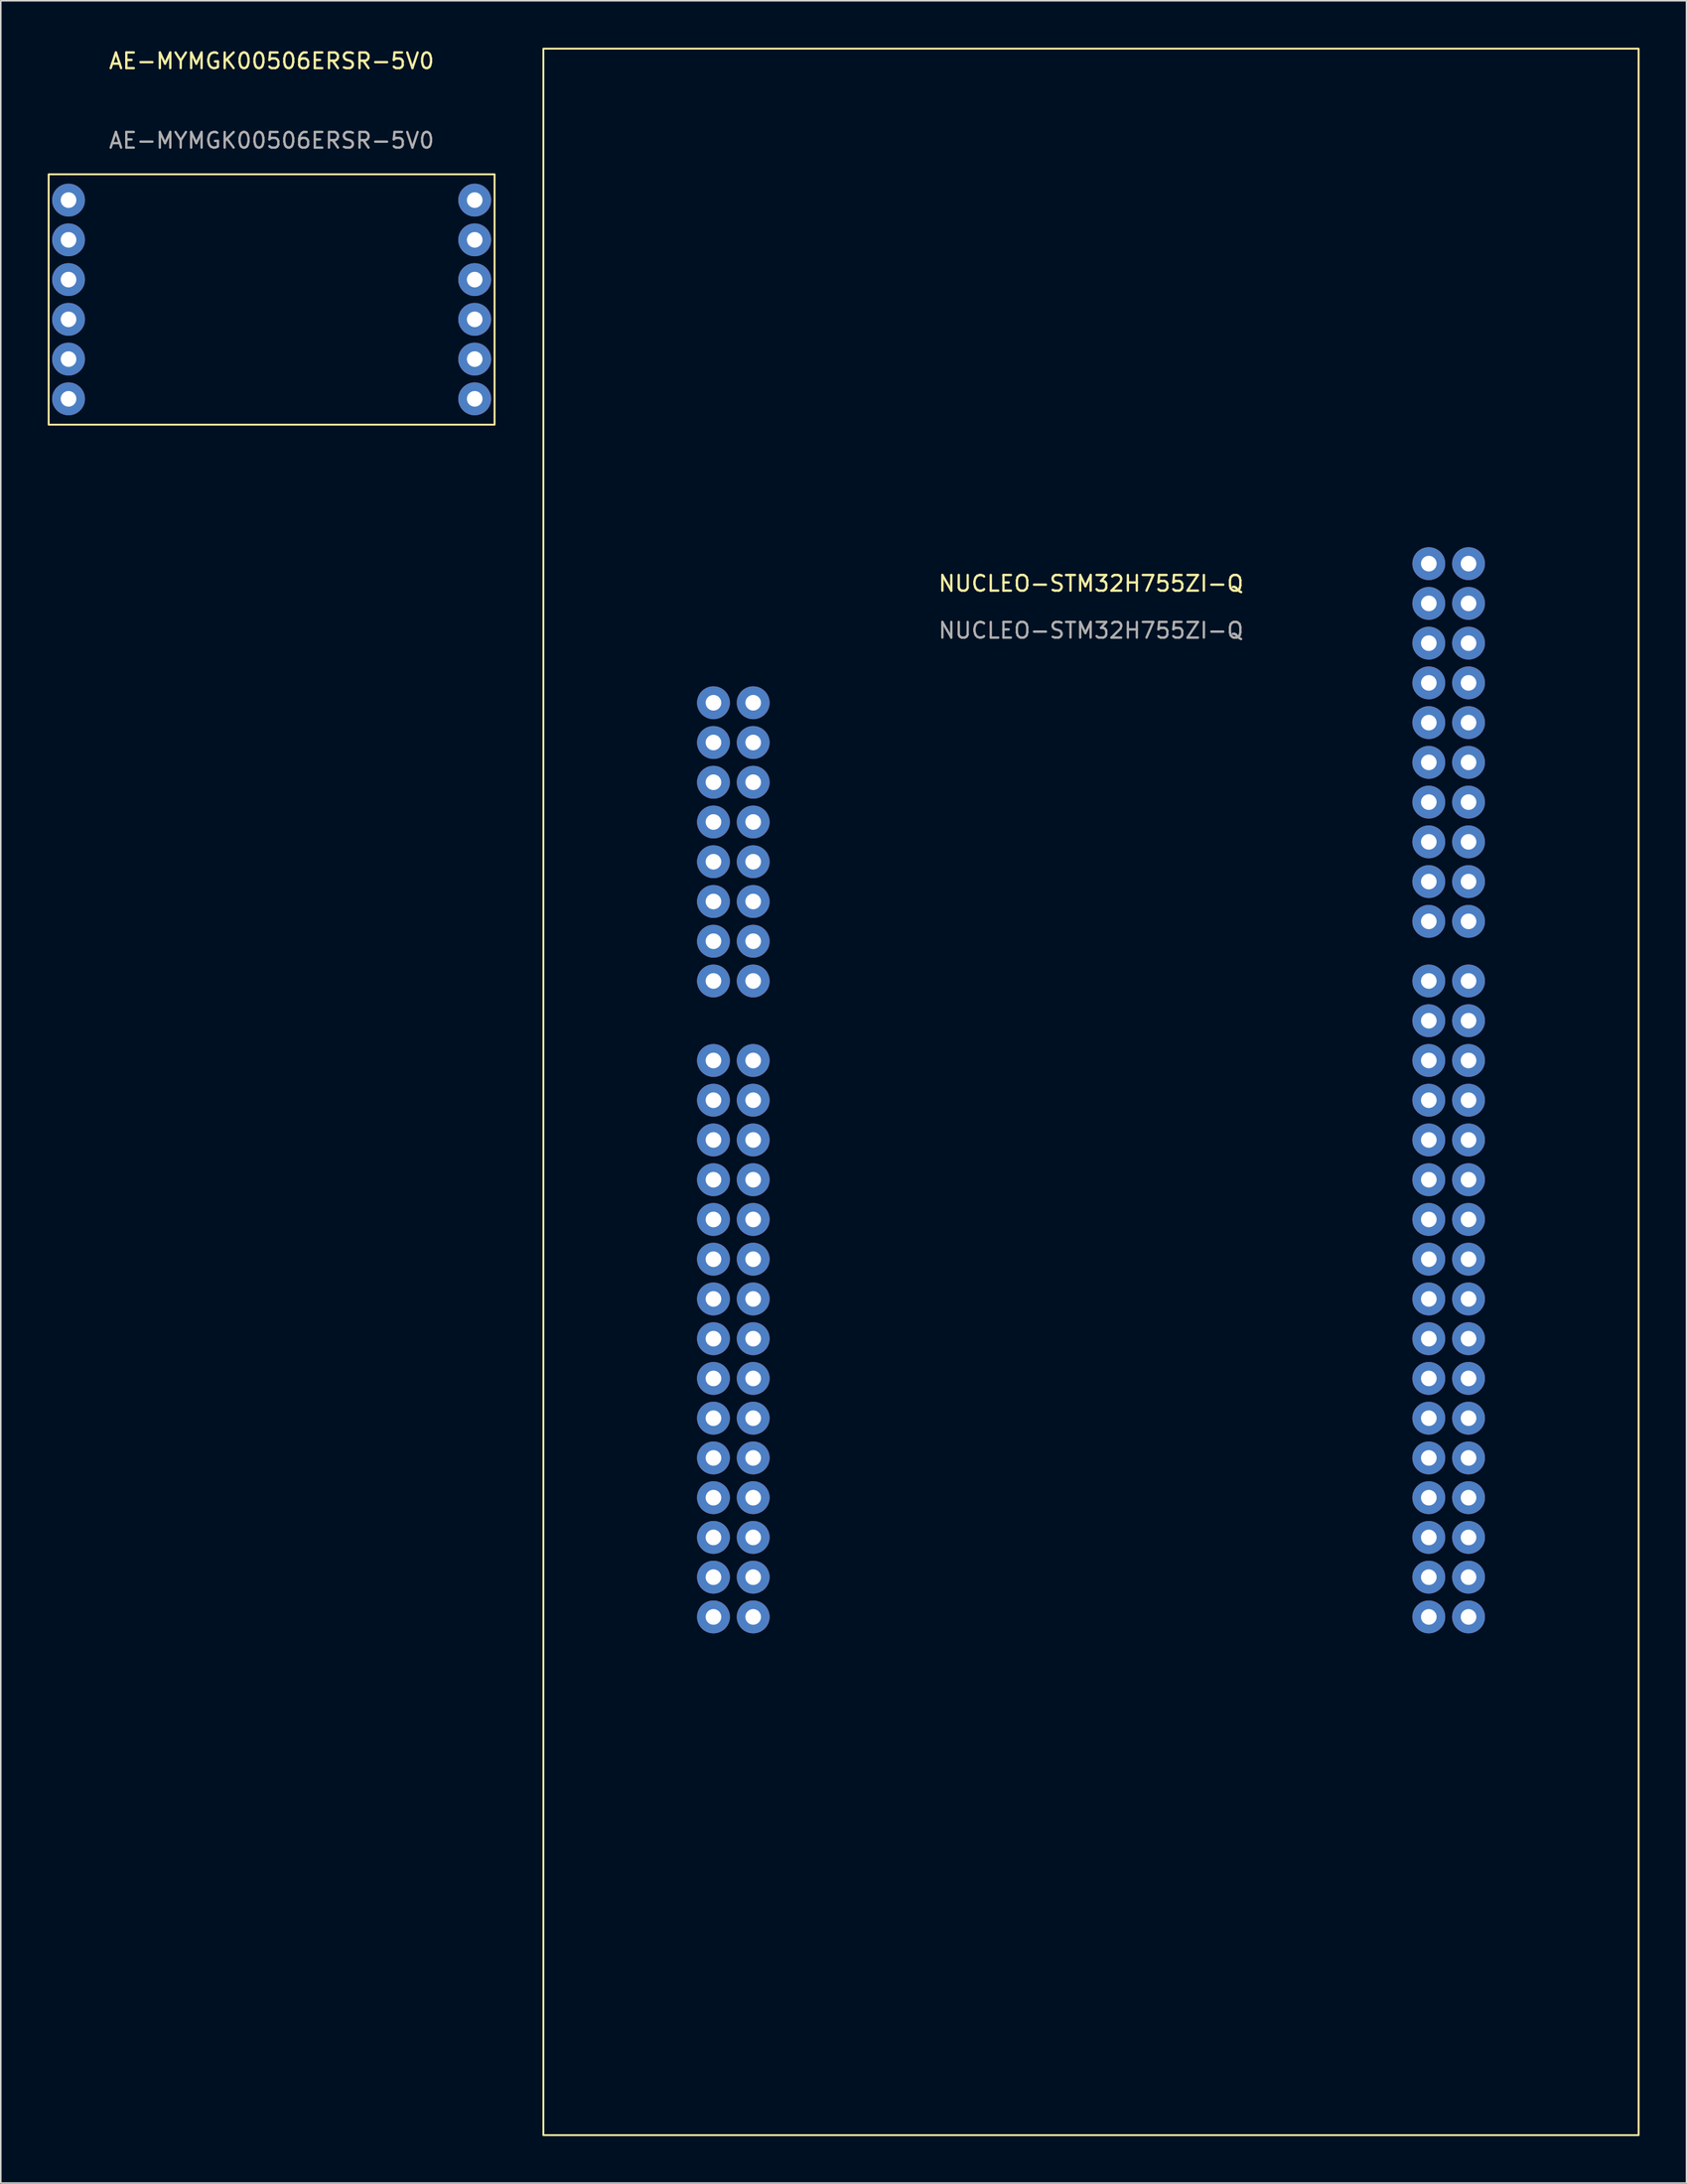
<source format=kicad_pcb>
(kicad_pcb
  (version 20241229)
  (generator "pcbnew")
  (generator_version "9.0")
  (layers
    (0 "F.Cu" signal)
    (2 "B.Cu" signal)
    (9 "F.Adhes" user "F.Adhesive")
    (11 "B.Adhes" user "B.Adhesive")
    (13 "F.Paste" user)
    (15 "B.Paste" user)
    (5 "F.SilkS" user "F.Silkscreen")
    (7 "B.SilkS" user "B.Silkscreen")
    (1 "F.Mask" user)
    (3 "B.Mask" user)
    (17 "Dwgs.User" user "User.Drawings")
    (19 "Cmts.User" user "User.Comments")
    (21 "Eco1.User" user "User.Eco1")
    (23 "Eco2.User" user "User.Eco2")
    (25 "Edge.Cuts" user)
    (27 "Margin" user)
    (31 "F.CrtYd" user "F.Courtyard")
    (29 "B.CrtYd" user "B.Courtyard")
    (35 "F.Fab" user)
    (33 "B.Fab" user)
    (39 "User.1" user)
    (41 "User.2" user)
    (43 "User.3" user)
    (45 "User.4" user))
  (footprint "AE-MYMGK00506ERSR-5V0"
    (layer "F.Cu")
    (at 14.31 16.088)
    (property "Reference" "AE-MYMGK00506ERSR-5V0" (at 0 -15.24 0) (unlocked yes) (layer "F.SilkS") (effects (font (size 1 1) (thickness 0.15))))
    (attr through_hole)
    (fp_rect (start -14.25 -8) (end 14.25 8) (stroke (width 0.12) (type solid)) (fill no) (layer "F.SilkS"))
    (fp_text user "${REFERENCE}" (at 0 -10.16 0) (unlocked yes) (layer "F.Fab") (effects (font (size 1 1) (thickness 0.15))))
    (pad "1" thru_hole circle (at -12.98 -6.35) (size 2.1 2.1) (drill 1) (layers "*.Cu" "*.Mask"))
    (pad "2" thru_hole circle (at -12.98 -3.81) (size 2.1 2.1) (drill 1) (layers "*.Cu" "*.Mask"))
    (pad "3" thru_hole circle (at -12.98 -1.27) (size 2.1 2.1) (drill 1) (layers "*.Cu" "*.Mask"))
    (pad "4" thru_hole circle (at -12.98 1.27) (size 2.1 2.1) (drill 1) (layers "*.Cu" "*.Mask"))
    (pad "5" thru_hole circle (at -12.98 3.81) (size 2.1 2.1) (drill 1) (layers "*.Cu" "*.Mask"))
    (pad "6" thru_hole circle (at -12.98 6.35) (size 2.1 2.1) (drill 1) (layers "*.Cu" "*.Mask"))
    (pad "7" thru_hole circle (at 12.98 6.35) (size 2.1 2.1) (drill 1) (layers "*.Cu" "*.Mask"))
    (pad "8" thru_hole circle (at 12.98 3.81) (size 2.1 2.1) (drill 1) (layers "*.Cu" "*.Mask"))
    (pad "9" thru_hole circle (at 12.98 1.27) (size 2.1 2.1) (drill 1) (layers "*.Cu" "*.Mask"))
    (pad "10" thru_hole circle (at 12.98 -1.27) (size 2.1 2.1) (drill 1) (layers "*.Cu" "*.Mask"))
    (pad "11" thru_hole circle (at 12.98 -3.81) (size 2.1 2.1) (drill 1) (layers "*.Cu" "*.Mask"))
    (pad "12" thru_hole circle (at 12.98 -6.35) (size 2.1 2.1) (drill 1) (layers "*.Cu" "*.Mask")))
  (footprint "NUCLEO-STM32H755ZI-Q"
    (layer "F.Cu")
    (at 66.68 67.26)
    (property "Reference" "NUCLEO-STM32H755ZI-Q" (at 0 -33.02 0) (unlocked yes) (layer "F.SilkS") (effects (font (size 1 1) (thickness 0.15))))
    (attr through_hole)
    (fp_rect (start -35 -67.2) (end 35 66.14) (stroke (width 0.12) (type solid)) (fill no) (layer "F.SilkS"))
    (fp_text user "${REFERENCE}" (at 0 -30.02 0) (unlocked yes) (layer "F.Fab") (effects (font (size 1 1) (thickness 0.15))))
    (pad "1" thru_hole circle (at -24.13 -25.4) (size 2.1 2.1) (drill 1) (layers "*.Cu" "*.Mask"))
    (pad "2" thru_hole circle (at -21.59 -25.4) (size 2.1 2.1) (drill 1) (layers "*.Cu" "*.Mask"))
    (pad "3" thru_hole circle (at -24.13 -22.86) (size 2.1 2.1) (drill 1) (layers "*.Cu" "*.Mask"))
    (pad "4" thru_hole circle (at -21.59 -22.86) (size 2.1 2.1) (drill 1) (layers "*.Cu" "*.Mask"))
    (pad "5" thru_hole circle (at -24.13 -20.32) (size 2.1 2.1) (drill 1) (layers "*.Cu" "*.Mask"))
    (pad "6" thru_hole circle (at -21.59 -20.32) (size 2.1 2.1) (drill 1) (layers "*.Cu" "*.Mask"))
    (pad "7" thru_hole circle (at -24.13 -17.78) (size 2.1 2.1) (drill 1) (layers "*.Cu" "*.Mask"))
    (pad "8" thru_hole circle (at -21.59 -17.78) (size 2.1 2.1) (drill 1) (layers "*.Cu" "*.Mask"))
    (pad "9" thru_hole circle (at -24.13 -15.24) (size 2.1 2.1) (drill 1) (layers "*.Cu" "*.Mask"))
    (pad "10" thru_hole circle (at -21.59 -15.24) (size 2.1 2.1) (drill 1) (layers "*.Cu" "*.Mask"))
    (pad "11" thru_hole circle (at -24.13 -12.7) (size 2.1 2.1) (drill 1) (layers "*.Cu" "*.Mask"))
    (pad "12" thru_hole circle (at -21.59 -12.7) (size 2.1 2.1) (drill 1) (layers "*.Cu" "*.Mask"))
    (pad "13" thru_hole circle (at -24.13 -10.16) (size 2.1 2.1) (drill 1) (layers "*.Cu" "*.Mask"))
    (pad "14" thru_hole circle (at -21.59 -10.16) (size 2.1 2.1) (drill 1) (layers "*.Cu" "*.Mask"))
    (pad "15" thru_hole circle (at -24.13 -7.62) (size 2.1 2.1) (drill 1) (layers "*.Cu" "*.Mask"))
    (pad "16" thru_hole circle (at -21.59 -7.62) (size 2.1 2.1) (drill 1) (layers "*.Cu" "*.Mask"))
    (pad "17" thru_hole circle (at -24.13 -2.54) (size 2.1 2.1) (drill 1) (layers "*.Cu" "*.Mask"))
    (pad "18" thru_hole circle (at -21.59 -2.54) (size 2.1 2.1) (drill 1) (layers "*.Cu" "*.Mask"))
    (pad "19" thru_hole circle (at -24.13 0) (size 2.1 2.1) (drill 1) (layers "*.Cu" "*.Mask"))
    (pad "20" thru_hole circle (at -21.59 0) (size 2.1 2.1) (drill 1) (layers "*.Cu" "*.Mask"))
    (pad "21" thru_hole circle (at -24.13 2.54) (size 2.1 2.1) (drill 1) (layers "*.Cu" "*.Mask"))
    (pad "22" thru_hole circle (at -21.59 2.54) (size 2.1 2.1) (drill 1) (layers "*.Cu" "*.Mask"))
    (pad "23" thru_hole circle (at -24.13 5.08) (size 2.1 2.1) (drill 1) (layers "*.Cu" "*.Mask"))
    (pad "24" thru_hole circle (at -21.59 5.08) (size 2.1 2.1) (drill 1) (layers "*.Cu" "*.Mask"))
    (pad "25" thru_hole circle (at -24.13 7.62) (size 2.1 2.1) (drill 1) (layers "*.Cu" "*.Mask"))
    (pad "26" thru_hole circle (at -21.59 7.62) (size 2.1 2.1) (drill 1) (layers "*.Cu" "*.Mask"))
    (pad "27" thru_hole circle (at -24.13 10.16) (size 2.1 2.1) (drill 1) (layers "*.Cu" "*.Mask"))
    (pad "28" thru_hole circle (at -21.59 10.16) (size 2.1 2.1) (drill 1) (layers "*.Cu" "*.Mask"))
    (pad "29" thru_hole circle (at -24.13 12.7) (size 2.1 2.1) (drill 1) (layers "*.Cu" "*.Mask"))
    (pad "30" thru_hole circle (at -21.59 12.7) (size 2.1 2.1) (drill 1) (layers "*.Cu" "*.Mask"))
    (pad "31" thru_hole circle (at -24.13 15.24) (size 2.1 2.1) (drill 1) (layers "*.Cu" "*.Mask"))
    (pad "32" thru_hole circle (at -21.59 15.24) (size 2.1 2.1) (drill 1) (layers "*.Cu" "*.Mask"))
    (pad "33" thru_hole circle (at -24.13 17.78) (size 2.1 2.1) (drill 1) (layers "*.Cu" "*.Mask"))
    (pad "34" thru_hole circle (at -21.59 17.78) (size 2.1 2.1) (drill 1) (layers "*.Cu" "*.Mask"))
    (pad "35" thru_hole circle (at -24.13 20.32) (size 2.1 2.1) (drill 1) (layers "*.Cu" "*.Mask"))
    (pad "36" thru_hole circle (at -21.59 20.32) (size 2.1 2.1) (drill 1) (layers "*.Cu" "*.Mask"))
    (pad "37" thru_hole circle (at -24.13 22.86) (size 2.1 2.1) (drill 1) (layers "*.Cu" "*.Mask"))
    (pad "38" thru_hole circle (at -21.59 22.86) (size 2.1 2.1) (drill 1) (layers "*.Cu" "*.Mask"))
    (pad "39" thru_hole circle (at -24.13 25.4) (size 2.1 2.1) (drill 1) (layers "*.Cu" "*.Mask"))
    (pad "40" thru_hole circle (at -21.59 25.4) (size 2.1 2.1) (drill 1) (layers "*.Cu" "*.Mask"))
    (pad "41" thru_hole circle (at -24.13 27.94) (size 2.1 2.1) (drill 1) (layers "*.Cu" "*.Mask"))
    (pad "42" thru_hole circle (at -21.59 27.94) (size 2.1 2.1) (drill 1) (layers "*.Cu" "*.Mask"))
    (pad "43" thru_hole circle (at -24.13 30.48) (size 2.1 2.1) (drill 1) (layers "*.Cu" "*.Mask"))
    (pad "44" thru_hole circle (at -21.59 30.48) (size 2.1 2.1) (drill 1) (layers "*.Cu" "*.Mask"))
    (pad "45" thru_hole circle (at -24.13 33.02) (size 2.1 2.1) (drill 1) (layers "*.Cu" "*.Mask"))
    (pad "46" thru_hole circle (at -21.59 33.02) (size 2.1 2.1) (drill 1) (layers "*.Cu" "*.Mask"))
    (pad "47" thru_hole circle (at 21.59 -34.29) (size 2.1 2.1) (drill 1) (layers "*.Cu" "*.Mask"))
    (pad "48" thru_hole circle (at 24.13 -34.29) (size 2.1 2.1) (drill 1) (layers "*.Cu" "*.Mask"))
    (pad "49" thru_hole circle (at 21.59 -31.75) (size 2.1 2.1) (drill 1) (layers "*.Cu" "*.Mask"))
    (pad "50" thru_hole circle (at 24.13 -31.75) (size 2.1 2.1) (drill 1) (layers "*.Cu" "*.Mask"))
    (pad "51" thru_hole circle (at 21.59 -29.21) (size 2.1 2.1) (drill 1) (layers "*.Cu" "*.Mask"))
    (pad "52" thru_hole circle (at 24.13 -29.21) (size 2.1 2.1) (drill 1) (layers "*.Cu" "*.Mask"))
    (pad "53" thru_hole circle (at 21.59 -26.67) (size 2.1 2.1) (drill 1) (layers "*.Cu" "*.Mask"))
    (pad "54" thru_hole circle (at 24.13 -26.67) (size 2.1 2.1) (drill 1) (layers "*.Cu" "*.Mask"))
    (pad "55" thru_hole circle (at 21.59 -24.13) (size 2.1 2.1) (drill 1) (layers "*.Cu" "*.Mask"))
    (pad "56" thru_hole circle (at 24.13 -24.13) (size 2.1 2.1) (drill 1) (layers "*.Cu" "*.Mask"))
    (pad "57" thru_hole circle (at 21.59 -21.59) (size 2.1 2.1) (drill 1) (layers "*.Cu" "*.Mask"))
    (pad "58" thru_hole circle (at 24.13 -21.59) (size 2.1 2.1) (drill 1) (layers "*.Cu" "*.Mask"))
    (pad "59" thru_hole circle (at 21.59 -19.05) (size 2.1 2.1) (drill 1) (layers "*.Cu" "*.Mask"))
    (pad "60" thru_hole circle (at 24.13 -19.05) (size 2.1 2.1) (drill 1) (layers "*.Cu" "*.Mask"))
    (pad "61" thru_hole circle (at 21.59 -16.51) (size 2.1 2.1) (drill 1) (layers "*.Cu" "*.Mask"))
    (pad "62" thru_hole circle (at 24.13 -16.51) (size 2.1 2.1) (drill 1) (layers "*.Cu" "*.Mask"))
    (pad "63" thru_hole circle (at 21.59 -13.97) (size 2.1 2.1) (drill 1) (layers "*.Cu" "*.Mask"))
    (pad "64" thru_hole circle (at 24.13 -13.97) (size 2.1 2.1) (drill 1) (layers "*.Cu" "*.Mask"))
    (pad "65" thru_hole circle (at 21.59 -11.43) (size 2.1 2.1) (drill 1) (layers "*.Cu" "*.Mask"))
    (pad "66" thru_hole circle (at 24.13 -11.43) (size 2.1 2.1) (drill 1) (layers "*.Cu" "*.Mask"))
    (pad "67" thru_hole circle (at 21.59 -7.62) (size 2.1 2.1) (drill 1) (layers "*.Cu" "*.Mask"))
    (pad "68" thru_hole circle (at 24.13 -7.62) (size 2.1 2.1) (drill 1) (layers "*.Cu" "*.Mask"))
    (pad "69" thru_hole circle (at 21.59 -5.08) (size 2.1 2.1) (drill 1) (layers "*.Cu" "*.Mask"))
    (pad "70" thru_hole circle (at 24.13 -5.08) (size 2.1 2.1) (drill 1) (layers "*.Cu" "*.Mask"))
    (pad "71" thru_hole circle (at 21.59 -2.54) (size 2.1 2.1) (drill 1) (layers "*.Cu" "*.Mask"))
    (pad "72" thru_hole circle (at 24.13 -2.54) (size 2.1 2.1) (drill 1) (layers "*.Cu" "*.Mask"))
    (pad "73" thru_hole circle (at 21.59 0) (size 2.1 2.1) (drill 1) (layers "*.Cu" "*.Mask"))
    (pad "74" thru_hole circle (at 24.13 0) (size 2.1 2.1) (drill 1) (layers "*.Cu" "*.Mask"))
    (pad "75" thru_hole circle (at 21.59 2.54) (size 2.1 2.1) (drill 1) (layers "*.Cu" "*.Mask"))
    (pad "76" thru_hole circle (at 24.13 2.54) (size 2.1 2.1) (drill 1) (layers "*.Cu" "*.Mask"))
    (pad "77" thru_hole circle (at 21.59 5.08) (size 2.1 2.1) (drill 1) (layers "*.Cu" "*.Mask"))
    (pad "78" thru_hole circle (at 24.13 5.08) (size 2.1 2.1) (drill 1) (layers "*.Cu" "*.Mask"))
    (pad "79" thru_hole circle (at 21.59 7.62) (size 2.1 2.1) (drill 1) (layers "*.Cu" "*.Mask"))
    (pad "80" thru_hole circle (at 24.13 7.62) (size 2.1 2.1) (drill 1) (layers "*.Cu" "*.Mask"))
    (pad "81" thru_hole circle (at 21.59 10.16) (size 2.1 2.1) (drill 1) (layers "*.Cu" "*.Mask"))
    (pad "82" thru_hole circle (at 24.13 10.16) (size 2.1 2.1) (drill 1) (layers "*.Cu" "*.Mask"))
    (pad "83" thru_hole circle (at 21.59 12.7) (size 2.1 2.1) (drill 1) (layers "*.Cu" "*.Mask"))
    (pad "84" thru_hole circle (at 24.13 12.7) (size 2.1 2.1) (drill 1) (layers "*.Cu" "*.Mask"))
    (pad "85" thru_hole circle (at 21.59 15.24) (size 2.1 2.1) (drill 1) (layers "*.Cu" "*.Mask"))
    (pad "86" thru_hole circle (at 24.13 15.24) (size 2.1 2.1) (drill 1) (layers "*.Cu" "*.Mask"))
    (pad "87" thru_hole circle (at 21.59 17.78) (size 2.1 2.1) (drill 1) (layers "*.Cu" "*.Mask"))
    (pad "88" thru_hole circle (at 24.13 17.78) (size 2.1 2.1) (drill 1) (layers "*.Cu" "*.Mask"))
    (pad "89" thru_hole circle (at 21.59 20.32) (size 2.1 2.1) (drill 1) (layers "*.Cu" "*.Mask"))
    (pad "90" thru_hole circle (at 24.13 20.32) (size 2.1 2.1) (drill 1) (layers "*.Cu" "*.Mask"))
    (pad "91" thru_hole circle (at 21.59 22.86) (size 2.1 2.1) (drill 1) (layers "*.Cu" "*.Mask"))
    (pad "92" thru_hole circle (at 24.13 22.86) (size 2.1 2.1) (drill 1) (layers "*.Cu" "*.Mask"))
    (pad "93" thru_hole circle (at 21.59 25.4) (size 2.1 2.1) (drill 1) (layers "*.Cu" "*.Mask"))
    (pad "94" thru_hole circle (at 24.13 25.4) (size 2.1 2.1) (drill 1) (layers "*.Cu" "*.Mask"))
    (pad "95" thru_hole circle (at 21.59 27.94) (size 2.1 2.1) (drill 1) (layers "*.Cu" "*.Mask"))
    (pad "96" thru_hole circle (at 24.13 27.94) (size 2.1 2.1) (drill 1) (layers "*.Cu" "*.Mask"))
    (pad "97" thru_hole circle (at 21.59 30.48) (size 2.1 2.1) (drill 1) (layers "*.Cu" "*.Mask"))
    (pad "98" thru_hole circle (at 24.13 30.48) (size 2.1 2.1) (drill 1) (layers "*.Cu" "*.Mask"))
    (pad "99" thru_hole circle (at 21.59 33.02) (size 2.1 2.1) (drill 1) (layers "*.Cu" "*.Mask"))
    (pad "100" thru_hole circle (at 24.13 33.02) (size 2.1 2.1) (drill 1) (layers "*.Cu" "*.Mask")))
  (gr_rect
    (start -3 -3)
    (end 104.74 136.46)
    (stroke (width 0.1) (type default))
    (fill no)
    (layer "Edge.Cuts")))
</source>
